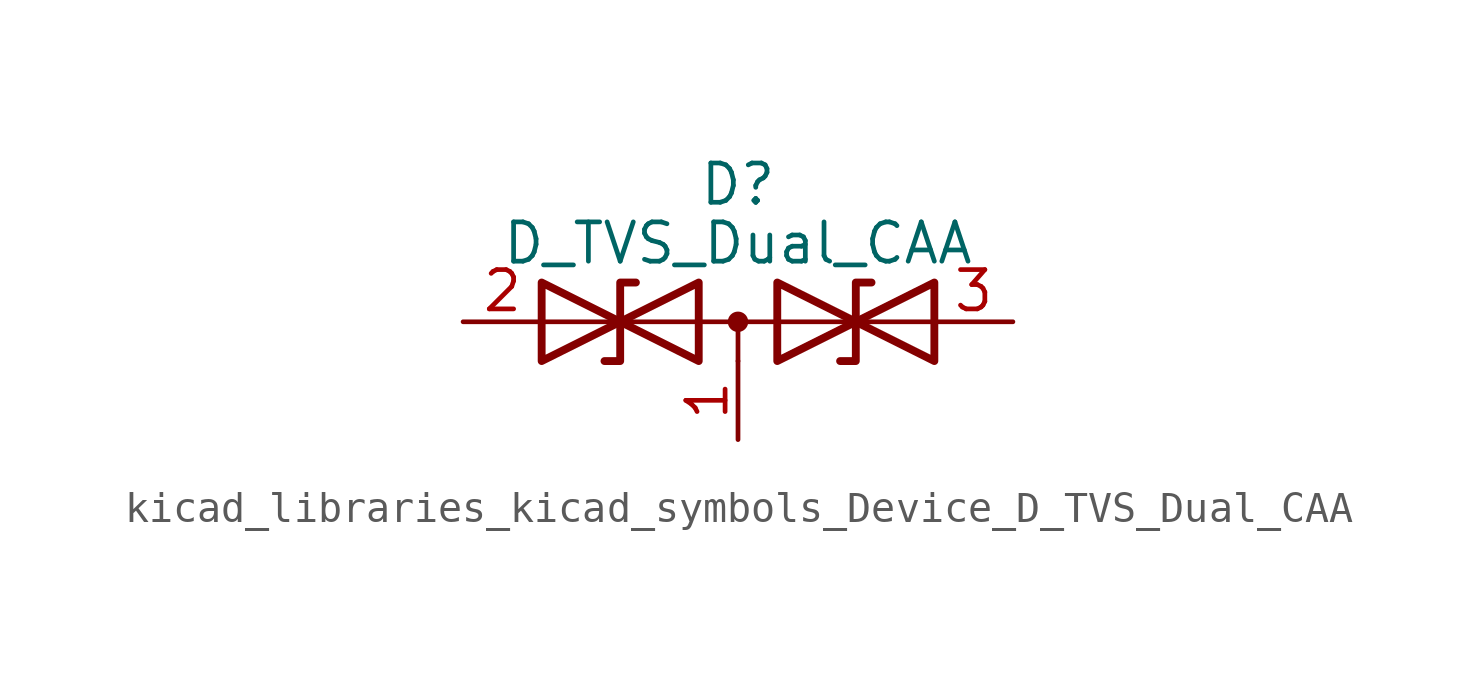
<source format=kicad_sym>
(kicad_symbol_lib
  (version 20220914)
  (generator kicad_symbol_editor)
  (symbol "kicad_libraries_kicad_symbols_Device_D_TVS_Dual_CAA"
    (pin_names
      (offset 1.016) hide)
    (property "Reference" "D"
      (at 0 4.445 0)
      (effects (font (size 1.27 1.27))))
    (property "Value" "D_TVS_Dual_CAA"
      (at 0 2.54 0)
      (effects (font (size 1.27 1.27))))
    (symbol "kicad_libraries_kicad_symbols_Device_D_TVS_Dual_CAA_0_1"
      (polyline (pts (xy -6.35 0) (xy 6.35 0)) (stroke (width 0) (type default)) (fill (type none)))
      (polyline (pts (xy 0 0) (xy 0 -1.27)) (stroke (width 0) (type default)) (fill (type none)))
      (polyline (pts (xy -3.302 1.27) (xy -3.81 1.27) (xy -3.81 -1.27) (xy -4.318 -1.27)) (stroke (width 0.254) (type default)) (fill (type none)))
      (polyline (pts (xy 4.318 1.27) (xy 3.81 1.27) (xy 3.81 -1.27) (xy 3.302 -1.27)) (stroke (width 0.254) (type default)) (fill (type none)))
      (polyline (pts (xy -6.35 -1.27) (xy -1.27 1.27) (xy -1.27 -1.27) (xy -6.35 1.27) (xy -6.35 -1.27)) (stroke (width 0.254) (type default)) (fill (type none)))
      (polyline (pts (xy 1.27 1.016) (xy 1.27 -1.27) (xy 6.35 1.27) (xy 6.35 -1.27) (xy 1.27 1.27) (xy 1.27 1.016)) (stroke (width 0.254) (type default)) (fill (type none)))
      (circle (center 0 0) (radius 0.254) (stroke (width 0) (type default)) (fill (type outline))))
    (symbol "kicad_libraries_kicad_symbols_Device_D_TVS_Dual_CAA_1_1"
      (pin input line (at 0 -3.81 90) (length 2.54) (name "common" (effects (font (size 1.27 1.27)))) (number "1" (effects (font (size 1.27 1.27)))))
      (pin passive line (at -8.89 0 0) (length 2.54) (name "A1" (effects (font (size 1.27 1.27)))) (number "2" (effects (font (size 1.27 1.27)))))
      (pin passive line (at 8.89 0 180) (length 2.54) (name "A2" (effects (font (size 1.27 1.27)))) (number "3" (effects (font (size 1.27 1.27))))))))
</source>
